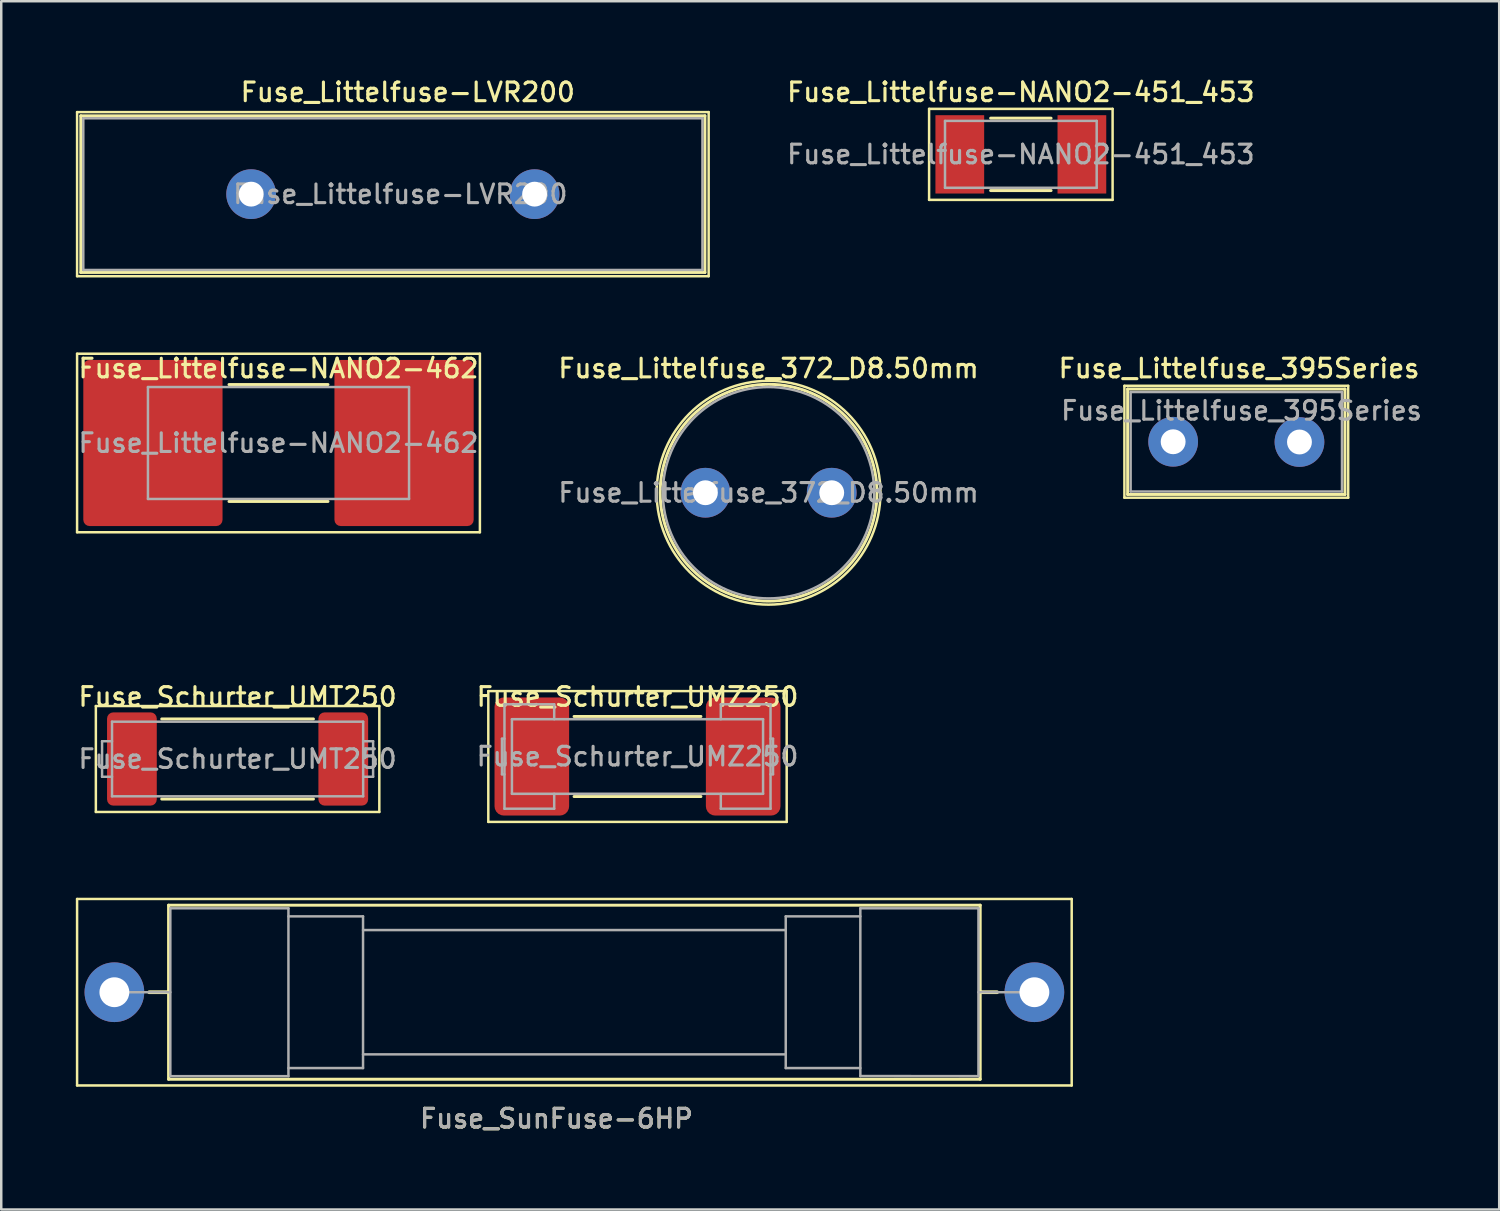
<source format=kicad_pcb>
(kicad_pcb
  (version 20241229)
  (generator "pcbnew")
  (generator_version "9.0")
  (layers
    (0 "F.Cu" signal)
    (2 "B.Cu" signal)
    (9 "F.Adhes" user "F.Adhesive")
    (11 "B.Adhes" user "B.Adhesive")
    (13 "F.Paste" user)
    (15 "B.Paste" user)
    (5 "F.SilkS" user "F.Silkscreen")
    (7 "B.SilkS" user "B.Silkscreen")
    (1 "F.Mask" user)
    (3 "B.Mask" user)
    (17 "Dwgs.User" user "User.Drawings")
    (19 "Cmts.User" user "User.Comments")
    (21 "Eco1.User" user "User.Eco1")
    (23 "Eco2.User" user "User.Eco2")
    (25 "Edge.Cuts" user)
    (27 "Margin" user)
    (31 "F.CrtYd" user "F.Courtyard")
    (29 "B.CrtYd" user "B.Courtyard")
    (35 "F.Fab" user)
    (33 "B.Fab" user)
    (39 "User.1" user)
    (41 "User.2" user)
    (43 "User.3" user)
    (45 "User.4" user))
  (footprint "Fuse_Littelfuse_395Series"
    (layer "F.Cu")
    (at 44.13 14.716)
    (property "Reference" "Fuse_Littelfuse_395Series" (at 2.65 -2.95 0) (layer "F.SilkS") (effects (font (size 0.75 0.75) (thickness 0.125))))
    (attr through_hole)
    (fp_line (start -1.96 -2.25) (end -1.96 2.25) (stroke (width 0.1) (type solid)) (layer "F.SilkS"))
    (fp_line (start -1.96 -2.25) (end 7.04 -2.25) (stroke (width 0.1) (type solid)) (layer "F.SilkS"))
    (fp_line (start -1.83 -2.12) (end -1.83 2.12) (stroke (width 0.12) (type solid)) (layer "F.SilkS"))
    (fp_line (start -1.83 -2.12) (end 6.91 -2.12) (stroke (width 0.12) (type solid)) (layer "F.SilkS"))
    (fp_line (start 6.91 2.12) (end -1.83 2.12) (stroke (width 0.12) (type solid)) (layer "F.SilkS"))
    (fp_line (start 6.91 2.12) (end 6.91 -2.12) (stroke (width 0.12) (type solid)) (layer "F.SilkS"))
    (fp_line (start 7.04 2.25) (end -1.96 2.25) (stroke (width 0.1) (type solid)) (layer "F.SilkS"))
    (fp_line (start 7.04 2.25) (end 7.04 -2.25) (stroke (width 0.1) (type solid)) (layer "F.SilkS"))
    (fp_line (start -1.71 -2) (end -1.71 2) (stroke (width 0.1) (type solid)) (layer "F.Fab"))
    (fp_line (start -1.71 2) (end 6.79 2) (stroke (width 0.1) (type solid)) (layer "F.Fab"))
    (fp_line (start 6.79 -2) (end -1.71 -2) (stroke (width 0.1) (type solid)) (layer "F.Fab"))
    (fp_line (start 6.79 2) (end 6.79 -2) (stroke (width 0.1) (type solid)) (layer "F.Fab"))
    (fp_text user "${REFERENCE}" (at 2.75 -1.25 0) (layer "F.Fab") (effects (font (size 0.75 0.75) (thickness 0.125))))
    (pad "1" thru_hole circle (at 0 0) (size 2 2) (drill 1) (layers "*.Cu" "*.Mask"))
    (pad "2" thru_hole circle (at 5.08 0.01) (size 2 2) (drill 1) (layers "*.Cu" "*.Mask")))
  (footprint "Fuse_Littelfuse-NANO2-462"
    (layer "F.Cu")
    (at 8.15 14.766)
    (property "Reference" "Fuse_Littelfuse-NANO2-462" (at 0 -3 0) (unlocked yes) (layer "F.SilkS") (effects (font (size 0.75 0.75) (thickness 0.125))))
    (attr smd)
    (fp_line (start -8.1 -3.59) (end -8.1 3.59) (stroke (width 0.1) (type default)) (layer "F.SilkS"))
    (fp_line (start -8.1 -3.59) (end 8.1 -3.59) (stroke (width 0.1) (type solid)) (layer "F.SilkS"))
    (fp_line (start -1.99 -2.35) (end 1.99 -2.35) (stroke (width 0.12) (type solid)) (layer "F.SilkS"))
    (fp_line (start -1.99 2.35) (end 1.99 2.35) (stroke (width 0.12) (type solid)) (layer "F.SilkS"))
    (fp_line (start 8.1 -3.59) (end 8.1 3.59) (stroke (width 0.1) (type default)) (layer "F.SilkS"))
    (fp_line (start 8.1 3.59) (end -8.1 3.59) (stroke (width 0.1) (type solid)) (layer "F.SilkS"))
    (fp_line (start -5.25 -2.25) (end -5.25 2.25) (stroke (width 0.1) (type default)) (layer "F.Fab"))
    (fp_line (start -5.25 -2.25) (end 5.25 -2.25) (stroke (width 0.1) (type solid)) (layer "F.Fab"))
    (fp_line (start -5.25 2.25) (end 5.25 2.25) (stroke (width 0.1) (type solid)) (layer "F.Fab"))
    (fp_line (start 5.25 -2.25) (end 5.25 2.25) (stroke (width 0.1) (type default)) (layer "F.Fab"))
    (fp_text user "${REFERENCE}" (at 0 0 0) (layer "F.Fab") (effects (font (size 0.75 0.75) (thickness 0.125))))
    (pad "1" smd roundrect (at -5.05 0) (size 5.6 6.68) (layers "F.Cu" "F.Mask" "F.Paste") (roundrect_rratio 0.045))
    (pad "2" smd roundrect (at 5.05 0) (size 5.6 6.68) (layers "F.Cu" "F.Mask" "F.Paste") (roundrect_rratio 0.045)))
  (footprint "Fuse_SunFuse-6HP"
    (layer "F.Cu")
    (at 1.55 36.854)
    (property "Reference" "Fuse_SunFuse-6HP" (at 17.78 5.08 0) (layer "F.SilkS") (effects (font (size 0.75 0.75) (thickness 0.125))))
    (attr through_hole)
    (fp_line (start -1.5 -3.75) (end -1.5 3.75) (stroke (width 0.1) (type solid)) (layer "F.SilkS"))
    (fp_line (start -1.5 -3.75) (end 38.5 -3.75) (stroke (width 0.1) (type solid)) (layer "F.SilkS"))
    (fp_line (start -1.5 3.75) (end 38.5 3.75) (stroke (width 0.1) (type solid)) (layer "F.SilkS"))
    (fp_line (start 1.4 0) (end 2.18 0) (stroke (width 0.15) (type solid)) (layer "F.SilkS"))
    (fp_line (start 2.18 -3.5) (end 2.18 3.5) (stroke (width 0.12) (type solid)) (layer "F.SilkS"))
    (fp_line (start 2.18 -3.5) (end 34.82 -3.5) (stroke (width 0.12) (type solid)) (layer "F.SilkS"))
    (fp_line (start 2.18 3.5) (end 34.82 3.5) (stroke (width 0.12) (type solid)) (layer "F.SilkS"))
    (fp_line (start 34.82 0) (end 35.5 0) (stroke (width 0.15) (type solid)) (layer "F.SilkS"))
    (fp_line (start 34.82 3.5) (end 34.82 -3.5) (stroke (width 0.12) (type solid)) (layer "F.SilkS"))
    (fp_line (start 38.5 3.75) (end 38.5 -3.75) (stroke (width 0.1) (type solid)) (layer "F.SilkS"))
    (fp_line (start 0 0) (end 2.25 0) (stroke (width 0.1) (type solid)) (layer "F.Fab"))
    (fp_line (start 2.25 -3.375) (end 2.25 3.375) (stroke (width 0.1) (type solid)) (layer "F.Fab"))
    (fp_line (start 2.25 -3.375) (end 7 -3.375) (stroke (width 0.1) (type solid)) (layer "F.Fab"))
    (fp_line (start 2.25 3.375) (end 7 3.375) (stroke (width 0.1) (type solid)) (layer "F.Fab"))
    (fp_line (start 7 -3.375) (end 7 3.375) (stroke (width 0.1) (type solid)) (layer "F.Fab"))
    (fp_line (start 7 -3.05) (end 10 -3.05) (stroke (width 0.1) (type solid)) (layer "F.Fab"))
    (fp_line (start 7 3.05) (end 10 3.05) (stroke (width 0.1) (type solid)) (layer "F.Fab"))
    (fp_line (start 10 -2.5) (end 27 -2.5) (stroke (width 0.1) (type solid)) (layer "F.Fab"))
    (fp_line (start 10 2.5) (end 27 2.5) (stroke (width 0.1) (type solid)) (layer "F.Fab"))
    (fp_line (start 10 3.05) (end 10 -3.05) (stroke (width 0.1) (type solid)) (layer "F.Fab"))
    (fp_line (start 27 -3.05) (end 30 -3.05) (stroke (width 0.1) (type solid)) (layer "F.Fab"))
    (fp_line (start 27 3.05) (end 27 -3.05) (stroke (width 0.1) (type solid)) (layer "F.Fab"))
    (fp_line (start 27 3.05) (end 30 3.05) (stroke (width 0.1) (type solid)) (layer "F.Fab"))
    (fp_line (start 30 -3.375) (end 30 3.375) (stroke (width 0.1) (type solid)) (layer "F.Fab"))
    (fp_line (start 30 -3.375) (end 34.75 -3.375) (stroke (width 0.1) (type solid)) (layer "F.Fab"))
    (fp_line (start 30 3.37) (end 34.75 3.375) (stroke (width 0.1) (type solid)) (layer "F.Fab"))
    (fp_line (start 34.75 -3.375) (end 34.75 3.375) (stroke (width 0.1) (type solid)) (layer "F.Fab"))
    (fp_line (start 34.75 0) (end 37 0) (stroke (width 0.1) (type solid)) (layer "F.Fab"))
    (fp_text user "${REFERENCE}" (at 17.78 5.08 0) (layer "F.Fab") (effects (font (size 0.75 0.75) (thickness 0.125))))
    (pad "1" thru_hole circle (at 0 0) (size 2.4 2.4) (drill 1.2) (layers "*.Cu" "*.Mask"))
    (pad "2" thru_hole circle (at 37 0) (size 2.4 2.4) (drill 1.2) (layers "*.Cu" "*.Mask")))
  (footprint "Fuse_Littelfuse-NANO2-451_453"
    (layer "F.Cu")
    (at 38.005 3.158)
    (property "Reference" "Fuse_Littelfuse-NANO2-451_453" (at 0 -2.5 0) (unlocked yes) (layer "F.SilkS") (effects (font (size 0.75 0.75) (thickness 0.125))))
    (attr smd)
    (fp_line (start -3.69 -1.83) (end 3.69 -1.83) (stroke (width 0.1) (type solid)) (layer "F.SilkS"))
    (fp_line (start -3.69 1.83) (end -3.69 -1.83) (stroke (width 0.1) (type solid)) (layer "F.SilkS"))
    (fp_line (start -1.215 -1.455) (end 1.215 -1.455) (stroke (width 0.12) (type solid)) (layer "F.SilkS"))
    (fp_line (start -1.215 1.455) (end 1.215 1.455) (stroke (width 0.12) (type solid)) (layer "F.SilkS"))
    (fp_line (start 3.69 -1.83) (end 3.69 1.83) (stroke (width 0.1) (type solid)) (layer "F.SilkS"))
    (fp_line (start 3.69 1.83) (end -3.69 1.83) (stroke (width 0.1) (type solid)) (layer "F.SilkS"))
    (fp_line (start -3.05 -1.345) (end -3.05 1.345) (stroke (width 0.1) (type solid)) (layer "F.Fab"))
    (fp_line (start -3.05 -1.345) (end 3.05 -1.345) (stroke (width 0.1) (type solid)) (layer "F.Fab"))
    (fp_line (start -3.05 1.345) (end 3.05 1.345) (stroke (width 0.1) (type solid)) (layer "F.Fab"))
    (fp_line (start 3.05 1.345) (end 3.05 -1.345) (stroke (width 0.1) (type solid)) (layer "F.Fab"))
    (fp_text user "${REFERENCE}" (at 0 0 0) (layer "F.Fab") (effects (font (size 0.75 0.75) (thickness 0.125))))
    (pad "1" smd rect (at -2.455 0) (size 1.96 3.15) (layers "F.Cu" "F.Mask" "F.Paste"))
    (pad "2" smd rect (at 2.455 0) (size 1.96 3.15) (layers "F.Cu" "F.Mask" "F.Paste")))
  (footprint "Fuse_Schurter_UMT250"
    (layer "F.Cu")
    (at 6.505 27.474)
    (property "Reference" "Fuse_Schurter_UMT250" (at 0 -2.5 0) (layer "F.SilkS") (effects (font (size 0.75 0.75) (thickness 0.125))))
    (attr smd)
    (fp_line (start -5.7 -2.13) (end 5.7 -2.13) (stroke (width 0.1) (type solid)) (layer "F.SilkS"))
    (fp_line (start -5.7 2.13) (end -5.7 -2.13) (stroke (width 0.1) (type solid)) (layer "F.SilkS"))
    (fp_line (start -3.05 -1.61) (end 3.05 -1.61) (stroke (width 0.12) (type solid)) (layer "F.SilkS"))
    (fp_line (start -3.05 1.61) (end 3.05 1.61) (stroke (width 0.12) (type solid)) (layer "F.SilkS"))
    (fp_line (start 5.7 -2.13) (end 5.7 2.13) (stroke (width 0.1) (type solid)) (layer "F.SilkS"))
    (fp_line (start 5.7 2.13) (end -5.7 2.13) (stroke (width 0.1) (type solid)) (layer "F.SilkS"))
    (fp_line (start -5.45 0.715) (end -5.45 -0.715) (stroke (width 0.1) (type solid)) (layer "F.Fab"))
    (fp_line (start -5.05 -1.5) (end 5.05 -1.5) (stroke (width 0.1) (type solid)) (layer "F.Fab"))
    (fp_line (start -5.05 -0.715) (end -5.45 -0.715) (stroke (width 0.1) (type solid)) (layer "F.Fab"))
    (fp_line (start -5.05 0.715) (end -5.45 0.715) (stroke (width 0.1) (type solid)) (layer "F.Fab"))
    (fp_line (start -5.05 1.5) (end -5.05 -1.5) (stroke (width 0.1) (type solid)) (layer "F.Fab"))
    (fp_line (start 5.05 -1.5) (end 5.05 1.5) (stroke (width 0.1) (type solid)) (layer "F.Fab"))
    (fp_line (start 5.05 -0.715) (end 5.45 -0.715) (stroke (width 0.1) (type solid)) (layer "F.Fab"))
    (fp_line (start 5.05 0.715) (end 5.45 0.715) (stroke (width 0.1) (type solid)) (layer "F.Fab"))
    (fp_line (start 5.05 1.5) (end -5.05 1.5) (stroke (width 0.1) (type solid)) (layer "F.Fab"))
    (fp_line (start 5.45 -0.715) (end 5.45 0.715) (stroke (width 0.1) (type solid)) (layer "F.Fab"))
    (fp_text user "${REFERENCE}" (at 0 0 0) (layer "F.Fab") (effects (font (size 0.75 0.75) (thickness 0.125))))
    (pad "1" smd roundrect (at -4.25 0) (size 2 3.75) (layers "F.Cu" "F.Mask" "F.Paste") (roundrect_rratio 0.125))
    (pad "2" smd roundrect (at 4.25 0) (size 2 3.75) (layers "F.Cu" "F.Mask" "F.Paste") (roundrect_rratio 0.125)))
  (footprint "Fuse_Littelfuse-LVR200"
    (layer "F.Cu")
    (at 7.05 4.758)
    (property "Reference" "Fuse_Littelfuse-LVR200" (at 6.3 -4.1 0) (layer "F.SilkS") (effects (font (size 0.75 0.75) (thickness 0.125))))
    (attr through_hole)
    (fp_line (start -7 -3.3) (end -7 3.3) (stroke (width 0.1) (type solid)) (layer "F.SilkS"))
    (fp_line (start -7 -3.3) (end 18.4 -3.3) (stroke (width 0.1) (type solid)) (layer "F.SilkS"))
    (fp_line (start -6.85 -3.15) (end -6.85 3.15) (stroke (width 0.12) (type solid)) (layer "F.SilkS"))
    (fp_line (start -6.85 -3.15) (end 18.25 -3.15) (stroke (width 0.12) (type solid)) (layer "F.SilkS"))
    (fp_line (start 18.25 3.15) (end -6.85 3.15) (stroke (width 0.12) (type solid)) (layer "F.SilkS"))
    (fp_line (start 18.25 3.15) (end 18.25 -3.15) (stroke (width 0.12) (type solid)) (layer "F.SilkS"))
    (fp_line (start 18.4 3.3) (end -7 3.3) (stroke (width 0.1) (type solid)) (layer "F.SilkS"))
    (fp_line (start 18.4 3.3) (end 18.4 -3.3) (stroke (width 0.1) (type solid)) (layer "F.SilkS"))
    (fp_line (start -6.75 -3.05) (end -6.75 3.05) (stroke (width 0.1) (type solid)) (layer "F.Fab"))
    (fp_line (start -6.75 3.05) (end 18.15 3.05) (stroke (width 0.1) (type solid)) (layer "F.Fab"))
    (fp_line (start 18.15 -3.05) (end -6.75 -3.05) (stroke (width 0.1) (type solid)) (layer "F.Fab"))
    (fp_line (start 18.15 3.05) (end 18.15 -3.05) (stroke (width 0.1) (type solid)) (layer "F.Fab"))
    (fp_text user "${REFERENCE}" (at 6 0 0) (layer "F.Fab") (effects (font (size 0.75 0.75) (thickness 0.125))))
    (pad "1" thru_hole circle (at 0 0) (size 2 2) (drill 1) (layers "*.Cu" "*.Mask"))
    (pad "2" thru_hole circle (at 11.4 0) (size 2 2) (drill 1) (layers "*.Cu" "*.Mask")))
  (footprint "Fuse_Littelfuse_372_D8.50mm"
    (layer "F.Cu")
    (at 25.319 16.766)
    (property "Reference" "Fuse_Littelfuse_372_D8.50mm" (at 2.54 -5 0) (layer "F.SilkS") (effects (font (size 0.75 0.75) (thickness 0.125))))
    (attr through_hole)
    (fp_circle (center 2.54 0) (end 6.9 0) (stroke (width 0.12) (type solid)) (fill no) (layer "F.SilkS"))
    (fp_circle (center 2.54 0) (end 7.04 0) (stroke (width 0.1) (type solid)) (fill no) (layer "F.SilkS"))
    (fp_circle (center 2.54 0) (end 6.79 0) (stroke (width 0.1) (type solid)) (fill no) (layer "F.Fab"))
    (fp_text user "${REFERENCE}" (at 2.54 0 0) (layer "F.Fab") (effects (font (size 0.75 0.75) (thickness 0.125))))
    (pad "1" thru_hole circle (at 0 0) (size 2 2) (drill 1) (layers "*.Cu" "*.Mask"))
    (pad "2" thru_hole circle (at 5.08 0) (size 2 2) (drill 1) (layers "*.Cu" "*.Mask")))
  (footprint "Fuse_Schurter_UMZ250"
    (layer "F.Cu")
    (at 22.588 27.374)
    (property "Reference" "Fuse_Schurter_UMZ250" (at 0 -2.4 0) (layer "F.SilkS") (effects (font (size 0.75 0.75) (thickness 0.125))))
    (attr smd)
    (fp_line (start -6 2.63) (end -6 -2.63) (stroke (width 0.1) (type solid)) (layer "F.SilkS"))
    (fp_line (start -6 2.63) (end 6 2.63) (stroke (width 0.1) (type solid)) (layer "F.SilkS"))
    (fp_line (start -2.55 -1.61) (end 2.55 -1.61) (stroke (width 0.12) (type solid)) (layer "F.SilkS"))
    (fp_line (start -2.55 1.61) (end 2.55 1.61) (stroke (width 0.12) (type solid)) (layer "F.SilkS"))
    (fp_line (start 6 -2.63) (end -6 -2.63) (stroke (width 0.1) (type solid)) (layer "F.SilkS"))
    (fp_line (start 6 2.63) (end 6 -2.63) (stroke (width 0.1) (type solid)) (layer "F.SilkS"))
    (fp_line (start -5.45 0.715) (end -5.45 -0.715) (stroke (width 0.1) (type solid)) (layer "F.Fab"))
    (fp_line (start -5.35 -2.1) (end -5.35 2.1) (stroke (width 0.1) (type solid)) (layer "F.Fab"))
    (fp_line (start -5.35 -0.715) (end -5.45 -0.715) (stroke (width 0.1) (type solid)) (layer "F.Fab"))
    (fp_line (start -5.35 0.715) (end -5.45 0.715) (stroke (width 0.1) (type solid)) (layer "F.Fab"))
    (fp_line (start -5.35 2.1) (end -3.35 2.1) (stroke (width 0.1) (type solid)) (layer "F.Fab"))
    (fp_line (start -5.05 -1.5) (end 5.05 -1.5) (stroke (width 0.1) (type solid)) (layer "F.Fab"))
    (fp_line (start -5.05 1.5) (end -5.05 -1.5) (stroke (width 0.1) (type solid)) (layer "F.Fab"))
    (fp_line (start -3.35 -2.1) (end -5.35 -2.1) (stroke (width 0.1) (type solid)) (layer "F.Fab"))
    (fp_line (start -3.35 -1.5) (end -3.35 -2.1) (stroke (width 0.1) (type solid)) (layer "F.Fab"))
    (fp_line (start -3.35 2.1) (end -3.35 1.5) (stroke (width 0.1) (type solid)) (layer "F.Fab"))
    (fp_line (start 3.35 -2.1) (end 3.35 -1.5) (stroke (width 0.1) (type solid)) (layer "F.Fab"))
    (fp_line (start 3.35 1.5) (end 3.35 2.1) (stroke (width 0.1) (type solid)) (layer "F.Fab"))
    (fp_line (start 3.35 2.1) (end 5.35 2.1) (stroke (width 0.1) (type solid)) (layer "F.Fab"))
    (fp_line (start 5.05 -1.5) (end 5.05 1.5) (stroke (width 0.1) (type solid)) (layer "F.Fab"))
    (fp_line (start 5.05 1.5) (end -5.05 1.5) (stroke (width 0.1) (type solid)) (layer "F.Fab"))
    (fp_line (start 5.35 -2.1) (end 3.35 -2.1) (stroke (width 0.1) (type solid)) (layer "F.Fab"))
    (fp_line (start 5.35 -0.715) (end 5.45 -0.715) (stroke (width 0.1) (type solid)) (layer "F.Fab"))
    (fp_line (start 5.35 0.715) (end 5.45 0.715) (stroke (width 0.1) (type solid)) (layer "F.Fab"))
    (fp_line (start 5.35 2.1) (end 5.35 -2.1) (stroke (width 0.1) (type solid)) (layer "F.Fab"))
    (fp_line (start 5.45 -0.715) (end 5.45 0.715) (stroke (width 0.1) (type solid)) (layer "F.Fab"))
    (fp_text user "${REFERENCE}" (at 0 0 0) (layer "F.Fab") (effects (font (size 0.75 0.75) (thickness 0.125))))
    (pad "1" smd roundrect (at -4.25 0) (size 3 4.75) (layers "F.Cu" "F.Mask" "F.Paste") (roundrect_rratio 0.125))
    (pad "2" smd roundrect (at 4.25 0) (size 3 4.75) (layers "F.Cu" "F.Mask" "F.Paste") (roundrect_rratio 0.125)))
  (gr_rect
    (start -3 -3)
    (end 57.243 45.593)
    (stroke (width 0.1) (type default))
    (fill no)
    (layer "Edge.Cuts")))
</source>
